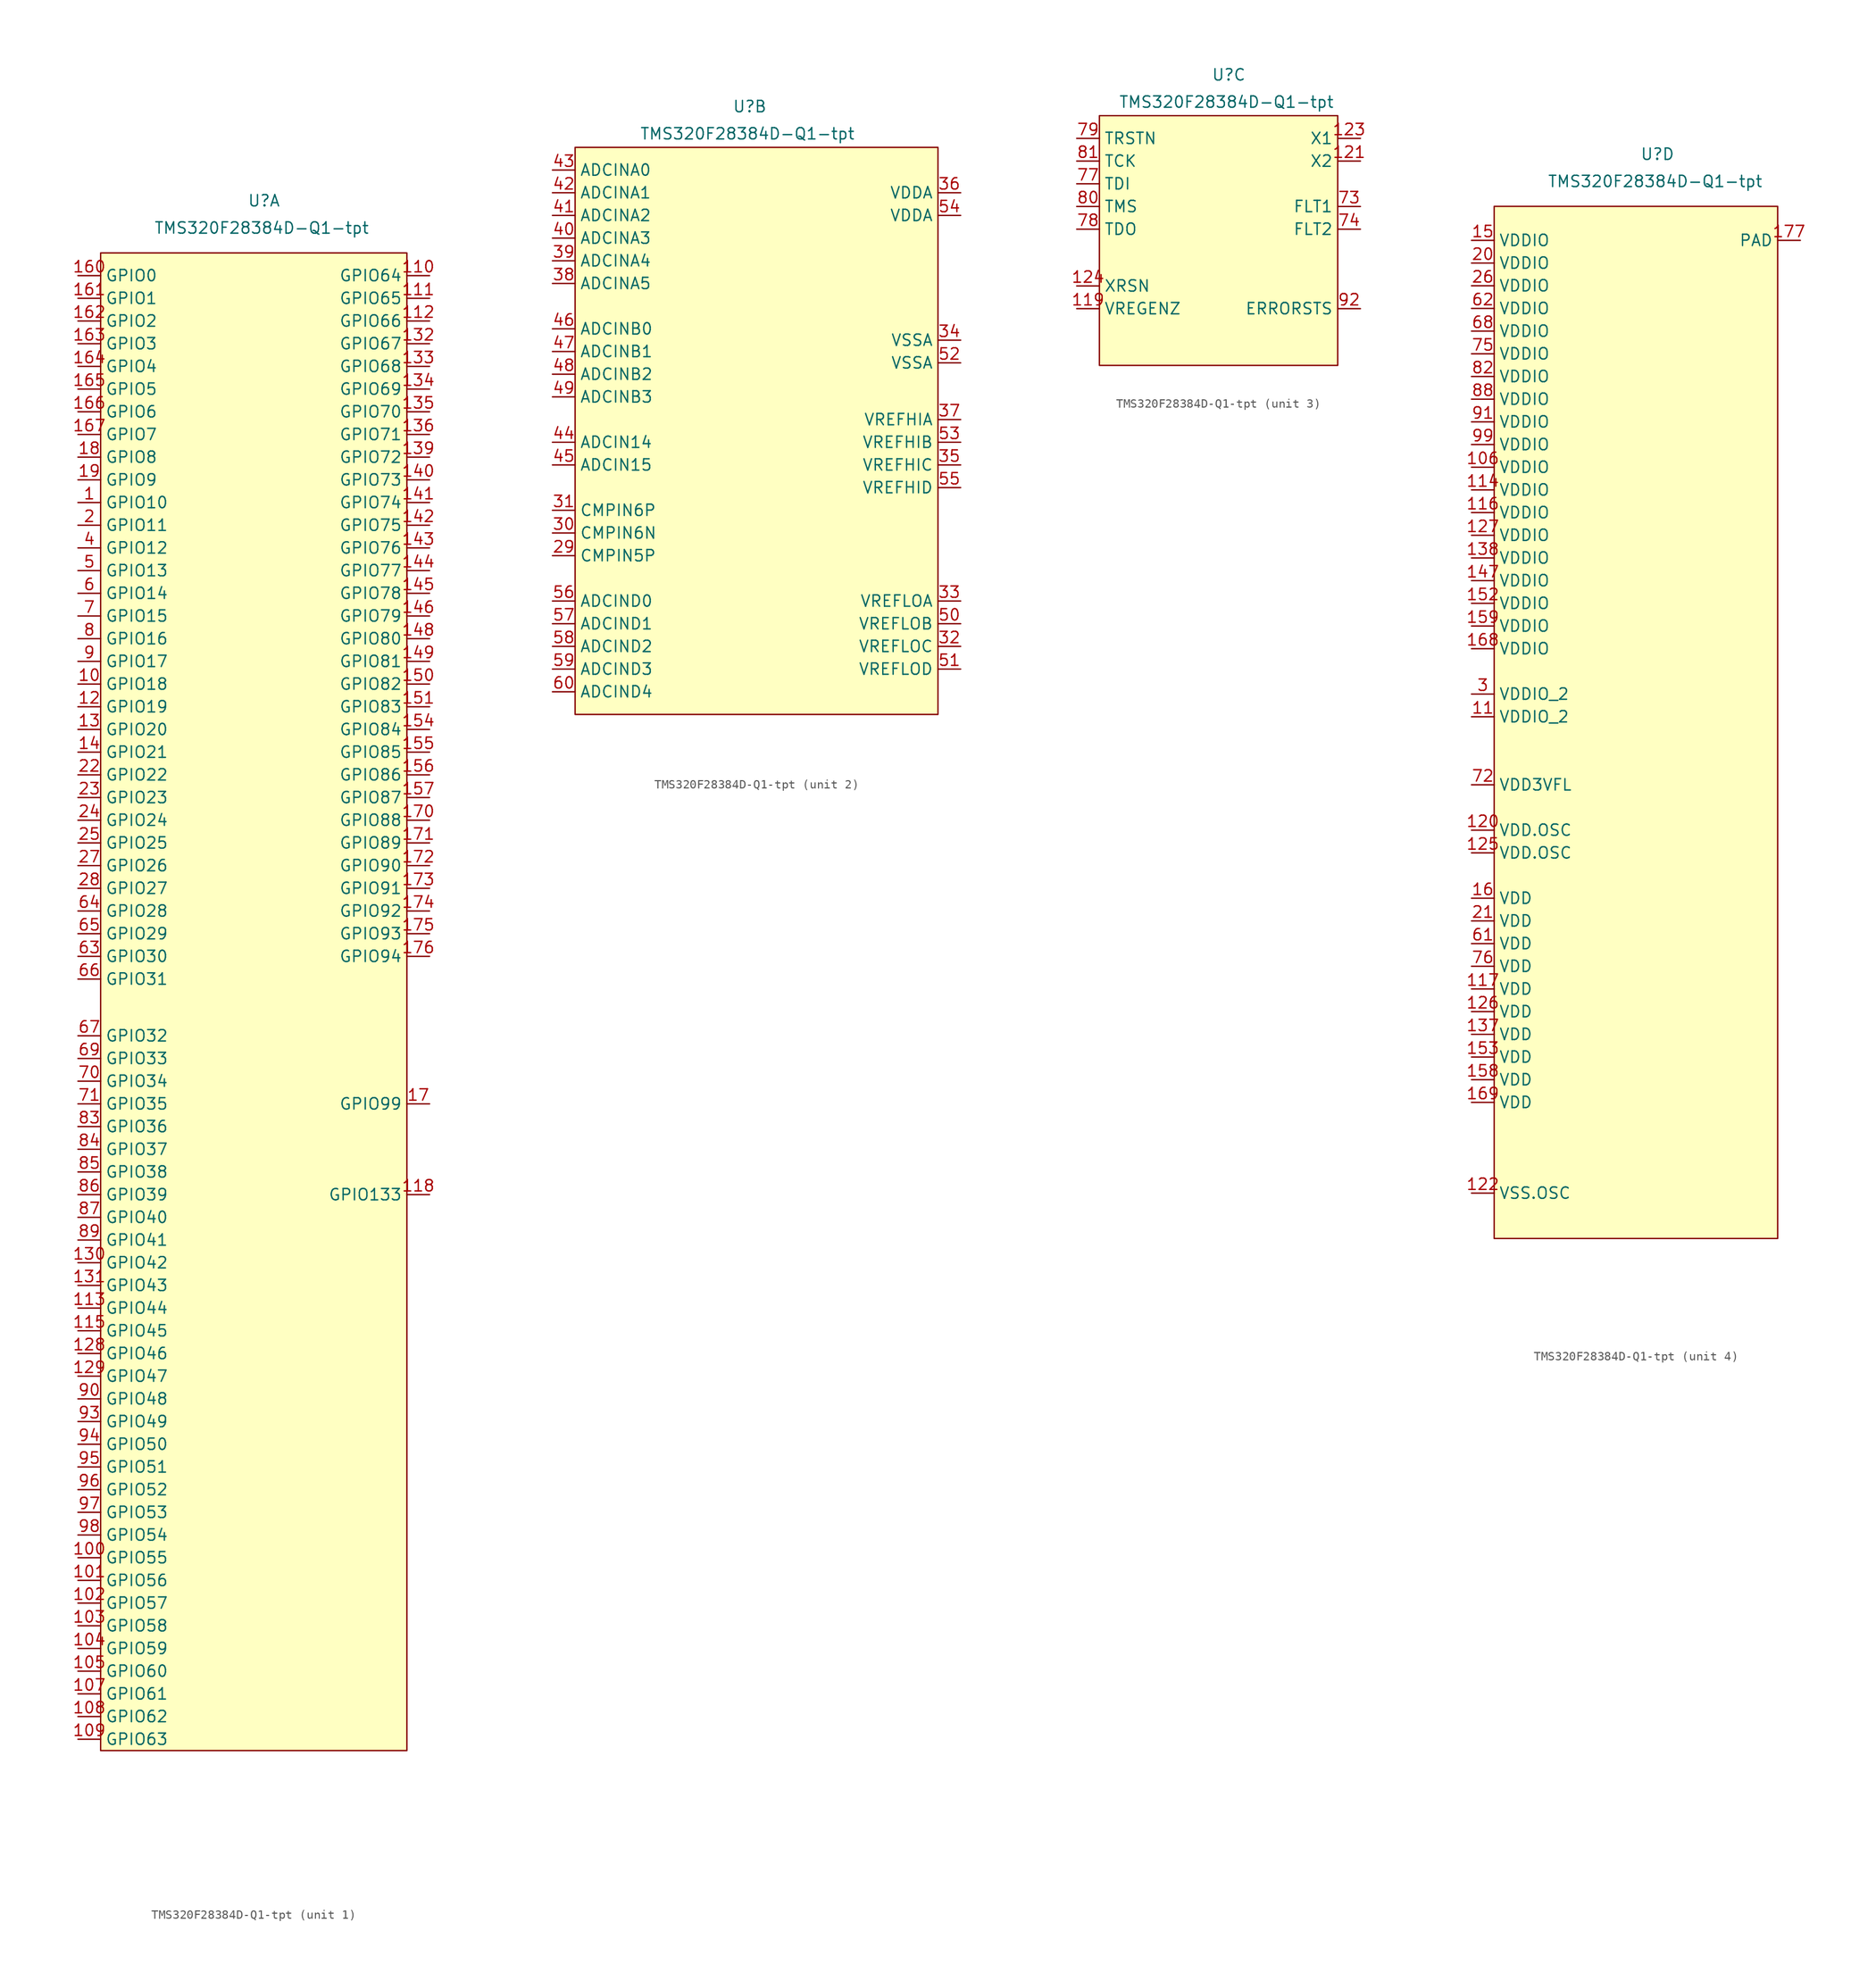
<source format=kicad_sym>
(kicad_symbol_lib
  (version 20241209)
  (generator "kicad_symbol_editor")
  (generator_version "9.0")
  (symbol "TMS320F28384D-Q1-tpt"
    (property "Reference" "U"
      (at 0.508 2.032 0)
      (effects (font (size 1.27 1.27))))
    (property "Value" "TMS320F28384D-Q1-tpt"
      (at 0.254 -1.016 0)
      (effects (font (size 1.27 1.27))))
    (property "ki_locked" ""
      (at 0 0 0)
      (effects (font (size 1.27 1.27))))
    (symbol "TMS320F28384D-Q1-tpt_1_0"
      (pin bidirectional line (at -20.32 -8.89 0) (length 2.54) (name "GPIO1" (effects (font (size 1.27 1.27)))) (number "161" (effects (font (size 1.27 1.27)))))
      (pin bidirectional line (at -20.32 -11.43 0) (length 2.54) (name "GPIO2" (effects (font (size 1.27 1.27)))) (number "162" (effects (font (size 1.27 1.27)))))
      (pin bidirectional line (at -20.32 -13.97 0) (length 2.54) (name "GPIO3" (effects (font (size 1.27 1.27)))) (number "163" (effects (font (size 1.27 1.27)))))
      (pin bidirectional line (at -20.32 -16.51 0) (length 2.54) (name "GPIO4" (effects (font (size 1.27 1.27)))) (number "164" (effects (font (size 1.27 1.27)))))
      (pin bidirectional line (at -20.32 -19.05 0) (length 2.54) (name "GPIO5" (effects (font (size 1.27 1.27)))) (number "165" (effects (font (size 1.27 1.27)))))
      (pin bidirectional line (at -20.32 -21.59 0) (length 2.54) (name "GPIO6" (effects (font (size 1.27 1.27)))) (number "166" (effects (font (size 1.27 1.27)))))
      (pin bidirectional line (at -20.32 -24.13 0) (length 2.54) (name "GPIO7" (effects (font (size 1.27 1.27)))) (number "167" (effects (font (size 1.27 1.27)))))
      (pin bidirectional line (at -20.32 -26.67 0) (length 2.54) (name "GPIO8" (effects (font (size 1.27 1.27)))) (number "18" (effects (font (size 1.27 1.27)))))
      (pin bidirectional line (at -20.32 -29.21 0) (length 2.54) (name "GPIO9" (effects (font (size 1.27 1.27)))) (number "19" (effects (font (size 1.27 1.27)))))
      (pin bidirectional line (at -20.32 -31.75 0) (length 2.54) (name "GPIO10" (effects (font (size 1.27 1.27)))) (number "1" (effects (font (size 1.27 1.27)))))
      (pin bidirectional line (at -20.32 -34.29 0) (length 2.54) (name "GPIO11" (effects (font (size 1.27 1.27)))) (number "2" (effects (font (size 1.27 1.27)))))
      (pin bidirectional line (at -20.32 -36.83 0) (length 2.54) (name "GPIO12" (effects (font (size 1.27 1.27)))) (number "4" (effects (font (size 1.27 1.27)))))
      (pin bidirectional line (at -20.32 -39.37 0) (length 2.54) (name "GPIO13" (effects (font (size 1.27 1.27)))) (number "5" (effects (font (size 1.27 1.27)))))
      (pin bidirectional line (at -20.32 -41.91 0) (length 2.54) (name "GPIO14" (effects (font (size 1.27 1.27)))) (number "6" (effects (font (size 1.27 1.27)))))
      (pin bidirectional line (at -20.32 -44.45 0) (length 2.54) (name "GPIO15" (effects (font (size 1.27 1.27)))) (number "7" (effects (font (size 1.27 1.27)))))
      (pin bidirectional line (at -20.32 -46.99 0) (length 2.54) (name "GPIO16" (effects (font (size 1.27 1.27)))) (number "8" (effects (font (size 1.27 1.27)))))
      (pin bidirectional line (at -20.32 -49.53 0) (length 2.54) (name "GPIO17" (effects (font (size 1.27 1.27)))) (number "9" (effects (font (size 1.27 1.27)))))
      (pin bidirectional line (at -20.32 -52.07 0) (length 2.54) (name "GPIO18" (effects (font (size 1.27 1.27)))) (number "10" (effects (font (size 1.27 1.27)))))
      (pin bidirectional line (at -20.32 -54.61 0) (length 2.54) (name "GPIO19" (effects (font (size 1.27 1.27)))) (number "12" (effects (font (size 1.27 1.27)))))
      (pin bidirectional line (at -20.32 -57.15 0) (length 2.54) (name "GPIO20" (effects (font (size 1.27 1.27)))) (number "13" (effects (font (size 1.27 1.27)))))
      (pin bidirectional line (at -20.32 -59.69 0) (length 2.54) (name "GPIO21" (effects (font (size 1.27 1.27)))) (number "14" (effects (font (size 1.27 1.27)))))
      (pin bidirectional line (at -20.32 -62.23 0) (length 2.54) (name "GPIO22" (effects (font (size 1.27 1.27)))) (number "22" (effects (font (size 1.27 1.27)))))
      (pin bidirectional line (at -20.32 -64.77 0) (length 2.54) (name "GPIO23" (effects (font (size 1.27 1.27)))) (number "23" (effects (font (size 1.27 1.27)))))
      (pin bidirectional line (at -20.32 -67.31 0) (length 2.54) (name "GPIO24" (effects (font (size 1.27 1.27)))) (number "24" (effects (font (size 1.27 1.27)))))
      (pin bidirectional line (at -20.32 -69.85 0) (length 2.54) (name "GPIO25" (effects (font (size 1.27 1.27)))) (number "25" (effects (font (size 1.27 1.27)))))
      (pin bidirectional line (at -20.32 -72.39 0) (length 2.54) (name "GPIO26" (effects (font (size 1.27 1.27)))) (number "27" (effects (font (size 1.27 1.27)))))
      (pin bidirectional line (at -20.32 -74.93 0) (length 2.54) (name "GPIO27" (effects (font (size 1.27 1.27)))) (number "28" (effects (font (size 1.27 1.27)))))
      (pin bidirectional line (at -20.32 -77.47 0) (length 2.54) (name "GPIO28" (effects (font (size 1.27 1.27)))) (number "64" (effects (font (size 1.27 1.27)))))
      (pin bidirectional line (at -20.32 -80.01 0) (length 2.54) (name "GPIO29" (effects (font (size 1.27 1.27)))) (number "65" (effects (font (size 1.27 1.27)))))
      (pin bidirectional line (at -20.32 -82.55 0) (length 2.54) (name "GPIO30" (effects (font (size 1.27 1.27)))) (number "63" (effects (font (size 1.27 1.27)))))
      (pin bidirectional line (at -20.32 -85.09 0) (length 2.54) (name "GPIO31" (effects (font (size 1.27 1.27)))) (number "66" (effects (font (size 1.27 1.27)))))
      (pin bidirectional line (at -20.32 -91.44 0) (length 2.54) (name "GPIO32" (effects (font (size 1.27 1.27)))) (number "67" (effects (font (size 1.27 1.27)))))
      (pin bidirectional line (at -20.32 -93.98 0) (length 2.54) (name "GPIO33" (effects (font (size 1.27 1.27)))) (number "69" (effects (font (size 1.27 1.27)))))
      (pin bidirectional line (at -20.32 -96.52 0) (length 2.54) (name "GPIO34" (effects (font (size 1.27 1.27)))) (number "70" (effects (font (size 1.27 1.27)))))
      (pin bidirectional line (at -20.32 -99.06 0) (length 2.54) (name "GPIO35" (effects (font (size 1.27 1.27)))) (number "71" (effects (font (size 1.27 1.27)))))
      (pin bidirectional line (at -20.32 -101.6 0) (length 2.54) (name "GPIO36" (effects (font (size 1.27 1.27)))) (number "83" (effects (font (size 1.27 1.27)))))
      (pin bidirectional line (at -20.32 -104.14 0) (length 2.54) (name "GPIO37" (effects (font (size 1.27 1.27)))) (number "84" (effects (font (size 1.27 1.27)))))
      (pin bidirectional line (at -20.32 -106.68 0) (length 2.54) (name "GPIO38" (effects (font (size 1.27 1.27)))) (number "85" (effects (font (size 1.27 1.27)))))
      (pin bidirectional line (at -20.32 -109.22 0) (length 2.54) (name "GPIO39" (effects (font (size 1.27 1.27)))) (number "86" (effects (font (size 1.27 1.27)))))
      (pin bidirectional line (at -20.32 -111.76 0) (length 2.54) (name "GPIO40" (effects (font (size 1.27 1.27)))) (number "87" (effects (font (size 1.27 1.27)))))
      (pin bidirectional line (at -20.32 -114.3 0) (length 2.54) (name "GPIO41" (effects (font (size 1.27 1.27)))) (number "89" (effects (font (size 1.27 1.27)))))
      (pin bidirectional line (at -20.32 -116.84 0) (length 2.54) (name "GPIO42" (effects (font (size 1.27 1.27)))) (number "130" (effects (font (size 1.27 1.27)))))
      (pin bidirectional line (at -20.32 -119.38 0) (length 2.54) (name "GPIO43" (effects (font (size 1.27 1.27)))) (number "131" (effects (font (size 1.27 1.27)))))
      (pin bidirectional line (at -20.32 -121.92 0) (length 2.54) (name "GPIO44" (effects (font (size 1.27 1.27)))) (number "113" (effects (font (size 1.27 1.27)))))
      (pin bidirectional line (at -20.32 -124.46 0) (length 2.54) (name "GPIO45" (effects (font (size 1.27 1.27)))) (number "115" (effects (font (size 1.27 1.27)))))
      (pin bidirectional line (at -20.32 -127 0) (length 2.54) (name "GPIO46" (effects (font (size 1.27 1.27)))) (number "128" (effects (font (size 1.27 1.27)))))
      (pin bidirectional line (at -20.32 -129.54 0) (length 2.54) (name "GPIO47" (effects (font (size 1.27 1.27)))) (number "129" (effects (font (size 1.27 1.27)))))
      (pin bidirectional line (at -20.32 -132.08 0) (length 2.54) (name "GPIO48" (effects (font (size 1.27 1.27)))) (number "90" (effects (font (size 1.27 1.27)))))
      (pin bidirectional line (at -20.32 -134.62 0) (length 2.54) (name "GPIO49" (effects (font (size 1.27 1.27)))) (number "93" (effects (font (size 1.27 1.27)))))
      (pin bidirectional line (at -20.32 -137.16 0) (length 2.54) (name "GPIO50" (effects (font (size 1.27 1.27)))) (number "94" (effects (font (size 1.27 1.27)))))
      (pin bidirectional line (at -20.32 -139.7 0) (length 2.54) (name "GPIO51" (effects (font (size 1.27 1.27)))) (number "95" (effects (font (size 1.27 1.27)))))
      (pin bidirectional line (at -20.32 -142.24 0) (length 2.54) (name "GPIO52" (effects (font (size 1.27 1.27)))) (number "96" (effects (font (size 1.27 1.27)))))
      (pin bidirectional line (at -20.32 -144.78 0) (length 2.54) (name "GPIO53" (effects (font (size 1.27 1.27)))) (number "97" (effects (font (size 1.27 1.27)))))
      (pin bidirectional line (at -20.32 -147.32 0) (length 2.54) (name "GPIO54" (effects (font (size 1.27 1.27)))) (number "98" (effects (font (size 1.27 1.27)))))
      (pin bidirectional line (at -20.32 -149.86 0) (length 2.54) (name "GPIO55" (effects (font (size 1.27 1.27)))) (number "100" (effects (font (size 1.27 1.27)))))
      (pin bidirectional line (at -20.32 -152.4 0) (length 2.54) (name "GPIO56" (effects (font (size 1.27 1.27)))) (number "101" (effects (font (size 1.27 1.27)))))
      (pin bidirectional line (at -20.32 -154.94 0) (length 2.54) (name "GPIO57" (effects (font (size 1.27 1.27)))) (number "102" (effects (font (size 1.27 1.27)))))
      (pin bidirectional line (at -20.32 -157.48 0) (length 2.54) (name "GPIO58" (effects (font (size 1.27 1.27)))) (number "103" (effects (font (size 1.27 1.27)))))
      (pin bidirectional line (at -20.32 -160.02 0) (length 2.54) (name "GPIO59" (effects (font (size 1.27 1.27)))) (number "104" (effects (font (size 1.27 1.27)))))
      (pin bidirectional line (at -20.32 -162.56 0) (length 2.54) (name "GPIO60" (effects (font (size 1.27 1.27)))) (number "105" (effects (font (size 1.27 1.27)))))
      (pin bidirectional line (at -20.32 -165.1 0) (length 2.54) (name "GPIO61" (effects (font (size 1.27 1.27)))) (number "107" (effects (font (size 1.27 1.27)))))
      (pin bidirectional line (at -20.32 -167.64 0) (length 2.54) (name "GPIO62" (effects (font (size 1.27 1.27)))) (number "108" (effects (font (size 1.27 1.27)))))
      (pin bidirectional line (at -20.32 -170.18 0) (length 2.54) (name "GPIO63" (effects (font (size 1.27 1.27)))) (number "109" (effects (font (size 1.27 1.27)))))
      (pin bidirectional line (at 19.05 -6.35 180) (length 2.54) (name "GPIO64" (effects (font (size 1.27 1.27)))) (number "110" (effects (font (size 1.27 1.27)))))
      (pin bidirectional line (at 19.05 -8.89 180) (length 2.54) (name "GPIO65" (effects (font (size 1.27 1.27)))) (number "111" (effects (font (size 1.27 1.27)))))
      (pin bidirectional line (at 19.05 -11.43 180) (length 2.54) (name "GPIO66" (effects (font (size 1.27 1.27)))) (number "112" (effects (font (size 1.27 1.27)))))
      (pin bidirectional line (at 19.05 -13.97 180) (length 2.54) (name "GPIO67" (effects (font (size 1.27 1.27)))) (number "132" (effects (font (size 1.27 1.27)))))
      (pin bidirectional line (at 19.05 -16.51 180) (length 2.54) (name "GPIO68" (effects (font (size 1.27 1.27)))) (number "133" (effects (font (size 1.27 1.27)))))
      (pin bidirectional line (at 19.05 -19.05 180) (length 2.54) (name "GPIO69" (effects (font (size 1.27 1.27)))) (number "134" (effects (font (size 1.27 1.27)))))
      (pin bidirectional line (at 19.05 -21.59 180) (length 2.54) (name "GPIO70" (effects (font (size 1.27 1.27)))) (number "135" (effects (font (size 1.27 1.27)))))
      (pin bidirectional line (at 19.05 -24.13 180) (length 2.54) (name "GPIO71" (effects (font (size 1.27 1.27)))) (number "136" (effects (font (size 1.27 1.27)))))
      (pin bidirectional line (at 19.05 -26.67 180) (length 2.54) (name "GPIO72" (effects (font (size 1.27 1.27)))) (number "139" (effects (font (size 1.27 1.27)))))
      (pin bidirectional line (at 19.05 -29.21 180) (length 2.54) (name "GPIO73" (effects (font (size 1.27 1.27)))) (number "140" (effects (font (size 1.27 1.27)))))
      (pin bidirectional line (at 19.05 -31.75 180) (length 2.54) (name "GPIO74" (effects (font (size 1.27 1.27)))) (number "141" (effects (font (size 1.27 1.27)))))
      (pin bidirectional line (at 19.05 -34.29 180) (length 2.54) (name "GPIO75" (effects (font (size 1.27 1.27)))) (number "142" (effects (font (size 1.27 1.27)))))
      (pin bidirectional line (at 19.05 -36.83 180) (length 2.54) (name "GPIO76" (effects (font (size 1.27 1.27)))) (number "143" (effects (font (size 1.27 1.27)))))
      (pin bidirectional line (at 19.05 -39.37 180) (length 2.54) (name "GPIO77" (effects (font (size 1.27 1.27)))) (number "144" (effects (font (size 1.27 1.27)))))
      (pin bidirectional line (at 19.05 -41.91 180) (length 2.54) (name "GPIO78" (effects (font (size 1.27 1.27)))) (number "145" (effects (font (size 1.27 1.27)))))
      (pin bidirectional line (at 19.05 -44.45 180) (length 2.54) (name "GPIO79" (effects (font (size 1.27 1.27)))) (number "146" (effects (font (size 1.27 1.27)))))
      (pin bidirectional line (at 19.05 -46.99 180) (length 2.54) (name "GPIO80" (effects (font (size 1.27 1.27)))) (number "148" (effects (font (size 1.27 1.27)))))
      (pin bidirectional line (at 19.05 -49.53 180) (length 2.54) (name "GPIO81" (effects (font (size 1.27 1.27)))) (number "149" (effects (font (size 1.27 1.27)))))
      (pin bidirectional line (at 19.05 -52.07 180) (length 2.54) (name "GPIO82" (effects (font (size 1.27 1.27)))) (number "150" (effects (font (size 1.27 1.27)))))
      (pin bidirectional line (at 19.05 -54.61 180) (length 2.54) (name "GPIO83" (effects (font (size 1.27 1.27)))) (number "151" (effects (font (size 1.27 1.27)))))
      (pin bidirectional line (at 19.05 -57.15 180) (length 2.54) (name "GPIO84" (effects (font (size 1.27 1.27)))) (number "154" (effects (font (size 1.27 1.27)))))
      (pin bidirectional line (at 19.05 -59.69 180) (length 2.54) (name "GPIO85" (effects (font (size 1.27 1.27)))) (number "155" (effects (font (size 1.27 1.27)))))
      (pin bidirectional line (at 19.05 -62.23 180) (length 2.54) (name "GPIO86" (effects (font (size 1.27 1.27)))) (number "156" (effects (font (size 1.27 1.27)))))
      (pin bidirectional line (at 19.05 -64.77 180) (length 2.54) (name "GPIO87" (effects (font (size 1.27 1.27)))) (number "157" (effects (font (size 1.27 1.27)))))
      (pin bidirectional line (at 19.05 -67.31 180) (length 2.54) (name "GPIO88" (effects (font (size 1.27 1.27)))) (number "170" (effects (font (size 1.27 1.27)))))
      (pin bidirectional line (at 19.05 -69.85 180) (length 2.54) (name "GPIO89" (effects (font (size 1.27 1.27)))) (number "171" (effects (font (size 1.27 1.27)))))
      (pin bidirectional line (at 19.05 -72.39 180) (length 2.54) (name "GPIO90" (effects (font (size 1.27 1.27)))) (number "172" (effects (font (size 1.27 1.27)))))
      (pin bidirectional line (at 19.05 -74.93 180) (length 2.54) (name "GPIO91" (effects (font (size 1.27 1.27)))) (number "173" (effects (font (size 1.27 1.27)))))
      (pin bidirectional line (at 19.05 -77.47 180) (length 2.54) (name "GPIO92" (effects (font (size 1.27 1.27)))) (number "174" (effects (font (size 1.27 1.27)))))
      (pin bidirectional line (at 19.05 -80.01 180) (length 2.54) (name "GPIO93" (effects (font (size 1.27 1.27)))) (number "175" (effects (font (size 1.27 1.27)))))
      (pin bidirectional line (at 19.05 -82.55 180) (length 2.54) (name "GPIO94" (effects (font (size 1.27 1.27)))) (number "176" (effects (font (size 1.27 1.27)))))
      (pin bidirectional line (at 19.05 -99.06 180) (length 2.54) (name "GPIO99" (effects (font (size 1.27 1.27)))) (number "17" (effects (font (size 1.27 1.27)))))
      (pin bidirectional line (at 19.05 -109.22 180) (length 2.54) (name "GPIO133" (effects (font (size 1.27 1.27)))) (number "118" (effects (font (size 1.27 1.27))))))
    (symbol "TMS320F28384D-Q1-tpt_1_1"
      (rectangle (start -17.78 -3.81) (end 16.51 -171.45) (stroke (width 0) (type solid)) (fill (type background)))
      (pin bidirectional line (at -20.32 -6.35 0) (length 2.54) (name "GPIO0" (effects (font (size 1.27 1.27)))) (number "160" (effects (font (size 1.27 1.27))))))
    (symbol "TMS320F28384D-Q1-tpt_2_0"
      (pin bidirectional line (at -21.59 -5.08 0) (length 2.54) (name "ADCINA0" (effects (font (size 1.27 1.27)))) (number "43" (effects (font (size 1.27 1.27)))))
      (pin bidirectional line (at -21.59 -7.62 0) (length 2.54) (name "ADCINA1" (effects (font (size 1.27 1.27)))) (number "42" (effects (font (size 1.27 1.27)))))
      (pin bidirectional line (at -21.59 -10.16 0) (length 2.54) (name "ADCINA2" (effects (font (size 1.27 1.27)))) (number "41" (effects (font (size 1.27 1.27)))))
      (pin bidirectional line (at -21.59 -12.7 0) (length 2.54) (name "ADCINA3" (effects (font (size 1.27 1.27)))) (number "40" (effects (font (size 1.27 1.27)))))
      (pin bidirectional line (at -21.59 -15.24 0) (length 2.54) (name "ADCINA4" (effects (font (size 1.27 1.27)))) (number "39" (effects (font (size 1.27 1.27)))))
      (pin bidirectional line (at -21.59 -17.78 0) (length 2.54) (name "ADCINA5" (effects (font (size 1.27 1.27)))) (number "38" (effects (font (size 1.27 1.27)))))
      (pin bidirectional line (at -21.59 -22.86 0) (length 2.54) (name "ADCINB0" (effects (font (size 1.27 1.27)))) (number "46" (effects (font (size 1.27 1.27)))))
      (pin bidirectional line (at -21.59 -25.4 0) (length 2.54) (name "ADCINB1" (effects (font (size 1.27 1.27)))) (number "47" (effects (font (size 1.27 1.27)))))
      (pin bidirectional line (at -21.59 -27.94 0) (length 2.54) (name "ADCINB2" (effects (font (size 1.27 1.27)))) (number "48" (effects (font (size 1.27 1.27)))))
      (pin bidirectional line (at -21.59 -30.48 0) (length 2.54) (name "ADCINB3" (effects (font (size 1.27 1.27)))) (number "49" (effects (font (size 1.27 1.27)))))
      (pin bidirectional line (at -21.59 -35.56 0) (length 2.54) (name "ADCIN14" (effects (font (size 1.27 1.27)))) (number "44" (effects (font (size 1.27 1.27)))))
      (pin bidirectional line (at -21.59 -38.1 0) (length 2.54) (name "ADCIN15" (effects (font (size 1.27 1.27)))) (number "45" (effects (font (size 1.27 1.27)))))
      (pin bidirectional line (at -21.59 -43.18 0) (length 2.54) (name "CMPIN6P" (effects (font (size 1.27 1.27)))) (number "31" (effects (font (size 1.27 1.27)))))
      (pin bidirectional line (at -21.59 -45.72 0) (length 2.54) (name "CMPIN6N" (effects (font (size 1.27 1.27)))) (number "30" (effects (font (size 1.27 1.27)))))
      (pin bidirectional line (at -21.59 -48.26 0) (length 2.54) (name "CMPIN5P" (effects (font (size 1.27 1.27)))) (number "29" (effects (font (size 1.27 1.27)))))
      (pin bidirectional line (at -21.59 -53.34 0) (length 2.54) (name "ADCIND0" (effects (font (size 1.27 1.27)))) (number "56" (effects (font (size 1.27 1.27)))))
      (pin bidirectional line (at -21.59 -55.88 0) (length 2.54) (name "ADCIND1" (effects (font (size 1.27 1.27)))) (number "57" (effects (font (size 1.27 1.27)))))
      (pin bidirectional line (at -21.59 -58.42 0) (length 2.54) (name "ADCIND2" (effects (font (size 1.27 1.27)))) (number "58" (effects (font (size 1.27 1.27)))))
      (pin bidirectional line (at -21.59 -60.96 0) (length 2.54) (name "ADCIND3" (effects (font (size 1.27 1.27)))) (number "59" (effects (font (size 1.27 1.27)))))
      (pin bidirectional line (at -21.59 -63.5 0) (length 2.54) (name "ADCIND4" (effects (font (size 1.27 1.27)))) (number "60" (effects (font (size 1.27 1.27)))))
      (pin bidirectional line (at 24.13 -7.62 180) (length 2.54) (name "VDDA" (effects (font (size 1.27 1.27)))) (number "36" (effects (font (size 1.27 1.27)))))
      (pin bidirectional line (at 24.13 -10.16 180) (length 2.54) (name "VDDA" (effects (font (size 1.27 1.27)))) (number "54" (effects (font (size 1.27 1.27)))))
      (pin bidirectional line (at 24.13 -24.13 180) (length 2.54) (name "VSSA" (effects (font (size 1.27 1.27)))) (number "34" (effects (font (size 1.27 1.27)))))
      (pin bidirectional line (at 24.13 -26.67 180) (length 2.54) (name "VSSA" (effects (font (size 1.27 1.27)))) (number "52" (effects (font (size 1.27 1.27)))))
      (pin bidirectional line (at 24.13 -33.02 180) (length 2.54) (name "VREFHIA" (effects (font (size 1.27 1.27)))) (number "37" (effects (font (size 1.27 1.27)))))
      (pin bidirectional line (at 24.13 -35.56 180) (length 2.54) (name "VREFHIB" (effects (font (size 1.27 1.27)))) (number "53" (effects (font (size 1.27 1.27)))))
      (pin bidirectional line (at 24.13 -38.1 180) (length 2.54) (name "VREFHIC" (effects (font (size 1.27 1.27)))) (number "35" (effects (font (size 1.27 1.27)))))
      (pin bidirectional line (at 24.13 -40.64 180) (length 2.54) (name "VREFHID" (effects (font (size 1.27 1.27)))) (number "55" (effects (font (size 1.27 1.27)))))
      (pin bidirectional line (at 24.13 -53.34 180) (length 2.54) (name "VREFLOA" (effects (font (size 1.27 1.27)))) (number "33" (effects (font (size 1.27 1.27)))))
      (pin bidirectional line (at 24.13 -55.88 180) (length 2.54) (name "VREFLOB" (effects (font (size 1.27 1.27)))) (number "50" (effects (font (size 1.27 1.27)))))
      (pin bidirectional line (at 24.13 -58.42 180) (length 2.54) (name "VREFLOC" (effects (font (size 1.27 1.27)))) (number "32" (effects (font (size 1.27 1.27)))))
      (pin bidirectional line (at 24.13 -60.96 180) (length 2.54) (name "VREFLOD" (effects (font (size 1.27 1.27)))) (number "51" (effects (font (size 1.27 1.27))))))
    (symbol "TMS320F28384D-Q1-tpt_2_1"
      (rectangle (start -19.05 -2.54) (end 21.59 -66.04) (stroke (width 0) (type solid)) (fill (type background))))
    (symbol "TMS320F28384D-Q1-tpt_3_0"
      (pin bidirectional line (at -16.51 -5.08 0) (length 2.54) (name "TRSTN" (effects (font (size 1.27 1.27)))) (number "79" (effects (font (size 1.27 1.27)))))
      (pin bidirectional line (at -16.51 -7.62 0) (length 2.54) (name "TCK" (effects (font (size 1.27 1.27)))) (number "81" (effects (font (size 1.27 1.27)))))
      (pin bidirectional line (at -16.51 -10.16 0) (length 2.54) (name "TDI" (effects (font (size 1.27 1.27)))) (number "77" (effects (font (size 1.27 1.27)))))
      (pin bidirectional line (at -16.51 -12.7 0) (length 2.54) (name "TMS" (effects (font (size 1.27 1.27)))) (number "80" (effects (font (size 1.27 1.27)))))
      (pin bidirectional line (at -16.51 -15.24 0) (length 2.54) (name "TDO" (effects (font (size 1.27 1.27)))) (number "78" (effects (font (size 1.27 1.27)))))
      (pin bidirectional line (at -16.51 -21.59 0) (length 2.54) (name "XRSN" (effects (font (size 1.27 1.27)))) (number "124" (effects (font (size 1.27 1.27)))))
      (pin bidirectional line (at -16.51 -24.13 0) (length 2.54) (name "VREGENZ" (effects (font (size 1.27 1.27)))) (number "119" (effects (font (size 1.27 1.27)))))
      (pin bidirectional line (at 15.24 -5.08 180) (length 2.54) (name "X1" (effects (font (size 1.27 1.27)))) (number "123" (effects (font (size 1.27 1.27)))))
      (pin bidirectional line (at 15.24 -7.62 180) (length 2.54) (name "X2" (effects (font (size 1.27 1.27)))) (number "121" (effects (font (size 1.27 1.27)))))
      (pin bidirectional line (at 15.24 -12.7 180) (length 2.54) (name "FLT1" (effects (font (size 1.27 1.27)))) (number "73" (effects (font (size 1.27 1.27)))))
      (pin bidirectional line (at 15.24 -15.24 180) (length 2.54) (name "FLT2" (effects (font (size 1.27 1.27)))) (number "74" (effects (font (size 1.27 1.27)))))
      (pin bidirectional line (at 15.24 -24.13 180) (length 2.54) (name "ERRORSTS" (effects (font (size 1.27 1.27)))) (number "92" (effects (font (size 1.27 1.27))))))
    (symbol "TMS320F28384D-Q1-tpt_3_1"
      (rectangle (start -13.97 -2.54) (end 12.7 -30.48) (stroke (width 0) (type solid)) (fill (type background))))
    (symbol "TMS320F28384D-Q1-tpt_4_0"
      (pin bidirectional line (at -20.32 -7.62 0) (length 2.54) (name "VDDIO" (effects (font (size 1.27 1.27)))) (number "15" (effects (font (size 1.27 1.27)))))
      (pin bidirectional line (at -20.32 -10.16 0) (length 2.54) (name "VDDIO" (effects (font (size 1.27 1.27)))) (number "20" (effects (font (size 1.27 1.27)))))
      (pin bidirectional line (at -20.32 -12.7 0) (length 2.54) (name "VDDIO" (effects (font (size 1.27 1.27)))) (number "26" (effects (font (size 1.27 1.27)))))
      (pin bidirectional line (at -20.32 -15.24 0) (length 2.54) (name "VDDIO" (effects (font (size 1.27 1.27)))) (number "62" (effects (font (size 1.27 1.27)))))
      (pin bidirectional line (at -20.32 -17.78 0) (length 2.54) (name "VDDIO" (effects (font (size 1.27 1.27)))) (number "68" (effects (font (size 1.27 1.27)))))
      (pin bidirectional line (at -20.32 -20.32 0) (length 2.54) (name "VDDIO" (effects (font (size 1.27 1.27)))) (number "75" (effects (font (size 1.27 1.27)))))
      (pin bidirectional line (at -20.32 -22.86 0) (length 2.54) (name "VDDIO" (effects (font (size 1.27 1.27)))) (number "82" (effects (font (size 1.27 1.27)))))
      (pin bidirectional line (at -20.32 -25.4 0) (length 2.54) (name "VDDIO" (effects (font (size 1.27 1.27)))) (number "88" (effects (font (size 1.27 1.27)))))
      (pin bidirectional line (at -20.32 -27.94 0) (length 2.54) (name "VDDIO" (effects (font (size 1.27 1.27)))) (number "91" (effects (font (size 1.27 1.27)))))
      (pin bidirectional line (at -20.32 -30.48 0) (length 2.54) (name "VDDIO" (effects (font (size 1.27 1.27)))) (number "99" (effects (font (size 1.27 1.27)))))
      (pin bidirectional line (at -20.32 -33.02 0) (length 2.54) (name "VDDIO" (effects (font (size 1.27 1.27)))) (number "106" (effects (font (size 1.27 1.27)))))
      (pin bidirectional line (at -20.32 -35.56 0) (length 2.54) (name "VDDIO" (effects (font (size 1.27 1.27)))) (number "114" (effects (font (size 1.27 1.27)))))
      (pin bidirectional line (at -20.32 -38.1 0) (length 2.54) (name "VDDIO" (effects (font (size 1.27 1.27)))) (number "116" (effects (font (size 1.27 1.27)))))
      (pin bidirectional line (at -20.32 -40.64 0) (length 2.54) (name "VDDIO" (effects (font (size 1.27 1.27)))) (number "127" (effects (font (size 1.27 1.27)))))
      (pin bidirectional line (at -20.32 -43.18 0) (length 2.54) (name "VDDIO" (effects (font (size 1.27 1.27)))) (number "138" (effects (font (size 1.27 1.27)))))
      (pin bidirectional line (at -20.32 -45.72 0) (length 2.54) (name "VDDIO" (effects (font (size 1.27 1.27)))) (number "147" (effects (font (size 1.27 1.27)))))
      (pin bidirectional line (at -20.32 -48.26 0) (length 2.54) (name "VDDIO" (effects (font (size 1.27 1.27)))) (number "152" (effects (font (size 1.27 1.27)))))
      (pin bidirectional line (at -20.32 -50.8 0) (length 2.54) (name "VDDIO" (effects (font (size 1.27 1.27)))) (number "159" (effects (font (size 1.27 1.27)))))
      (pin bidirectional line (at -20.32 -53.34 0) (length 2.54) (name "VDDIO" (effects (font (size 1.27 1.27)))) (number "168" (effects (font (size 1.27 1.27)))))
      (pin bidirectional line (at -20.32 -58.42 0) (length 2.54) (name "VDDIO_2" (effects (font (size 1.27 1.27)))) (number "3" (effects (font (size 1.27 1.27)))))
      (pin bidirectional line (at -20.32 -60.96 0) (length 2.54) (name "VDDIO_2" (effects (font (size 1.27 1.27)))) (number "11" (effects (font (size 1.27 1.27)))))
      (pin bidirectional line (at -20.32 -68.58 0) (length 2.54) (name "VDD3VFL" (effects (font (size 1.27 1.27)))) (number "72" (effects (font (size 1.27 1.27)))))
      (pin bidirectional line (at -20.32 -73.66 0) (length 2.54) (name "VDD.OSC" (effects (font (size 1.27 1.27)))) (number "120" (effects (font (size 1.27 1.27)))))
      (pin bidirectional line (at -20.32 -76.2 0) (length 2.54) (name "VDD.OSC" (effects (font (size 1.27 1.27)))) (number "125" (effects (font (size 1.27 1.27)))))
      (pin bidirectional line (at -20.32 -81.28 0) (length 2.54) (name "VDD" (effects (font (size 1.27 1.27)))) (number "16" (effects (font (size 1.27 1.27)))))
      (pin bidirectional line (at -20.32 -83.82 0) (length 2.54) (name "VDD" (effects (font (size 1.27 1.27)))) (number "21" (effects (font (size 1.27 1.27)))))
      (pin bidirectional line (at -20.32 -86.36 0) (length 2.54) (name "VDD" (effects (font (size 1.27 1.27)))) (number "61" (effects (font (size 1.27 1.27)))))
      (pin bidirectional line (at -20.32 -88.9 0) (length 2.54) (name "VDD" (effects (font (size 1.27 1.27)))) (number "76" (effects (font (size 1.27 1.27)))))
      (pin bidirectional line (at -20.32 -91.44 0) (length 2.54) (name "VDD" (effects (font (size 1.27 1.27)))) (number "117" (effects (font (size 1.27 1.27)))))
      (pin bidirectional line (at -20.32 -93.98 0) (length 2.54) (name "VDD" (effects (font (size 1.27 1.27)))) (number "126" (effects (font (size 1.27 1.27)))))
      (pin bidirectional line (at -20.32 -96.52 0) (length 2.54) (name "VDD" (effects (font (size 1.27 1.27)))) (number "137" (effects (font (size 1.27 1.27)))))
      (pin bidirectional line (at -20.32 -99.06 0) (length 2.54) (name "VDD" (effects (font (size 1.27 1.27)))) (number "153" (effects (font (size 1.27 1.27)))))
      (pin bidirectional line (at -20.32 -101.6 0) (length 2.54) (name "VDD" (effects (font (size 1.27 1.27)))) (number "158" (effects (font (size 1.27 1.27)))))
      (pin bidirectional line (at -20.32 -104.14 0) (length 2.54) (name "VDD" (effects (font (size 1.27 1.27)))) (number "169" (effects (font (size 1.27 1.27)))))
      (pin bidirectional line (at -20.32 -114.3 0) (length 2.54) (name "VSS.OSC" (effects (font (size 1.27 1.27)))) (number "122" (effects (font (size 1.27 1.27)))))
      (pin bidirectional line (at 16.51 -7.62 180) (length 2.54) (name "PAD" (effects (font (size 1.27 1.27)))) (number "177" (effects (font (size 1.27 1.27))))))
    (symbol "TMS320F28384D-Q1-tpt_4_1"
      (rectangle (start -17.78 -3.81) (end 13.97 -119.38) (stroke (width 0) (type solid)) (fill (type background))))))
</source>
